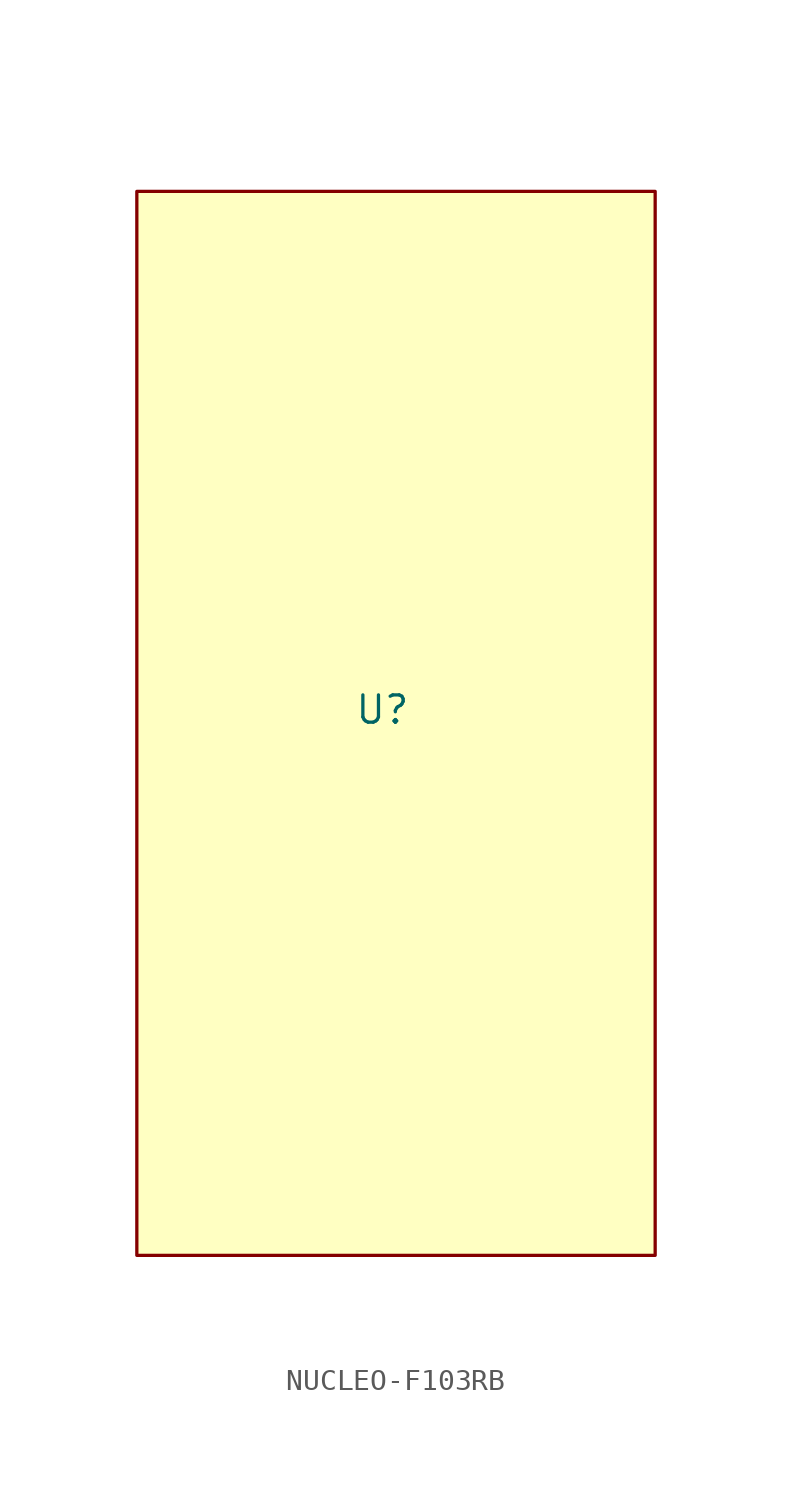
<source format=kicad_sym>
(kicad_symbol_lib
  (version 20241209)
  (generator "kicad_symbol_editor")
  (generator_version "9.0")
  (symbol "NUCLEO-F103RB"
    (property "Reference" "U"
      (at 0 0 0)
      (effects (font (size 1.27 1.27))))
    (property "Value" ""
      (at 0 0 0)
      (effects (font (size 1.27 1.27))))
    (symbol "NUCLEO-F103RB_1_1"
      (rectangle (start -11.43 24.13) (end 12.7 -25.4) (stroke (width 0) (type solid)) (fill (type color) (color 255 255 194 1))))))
</source>
